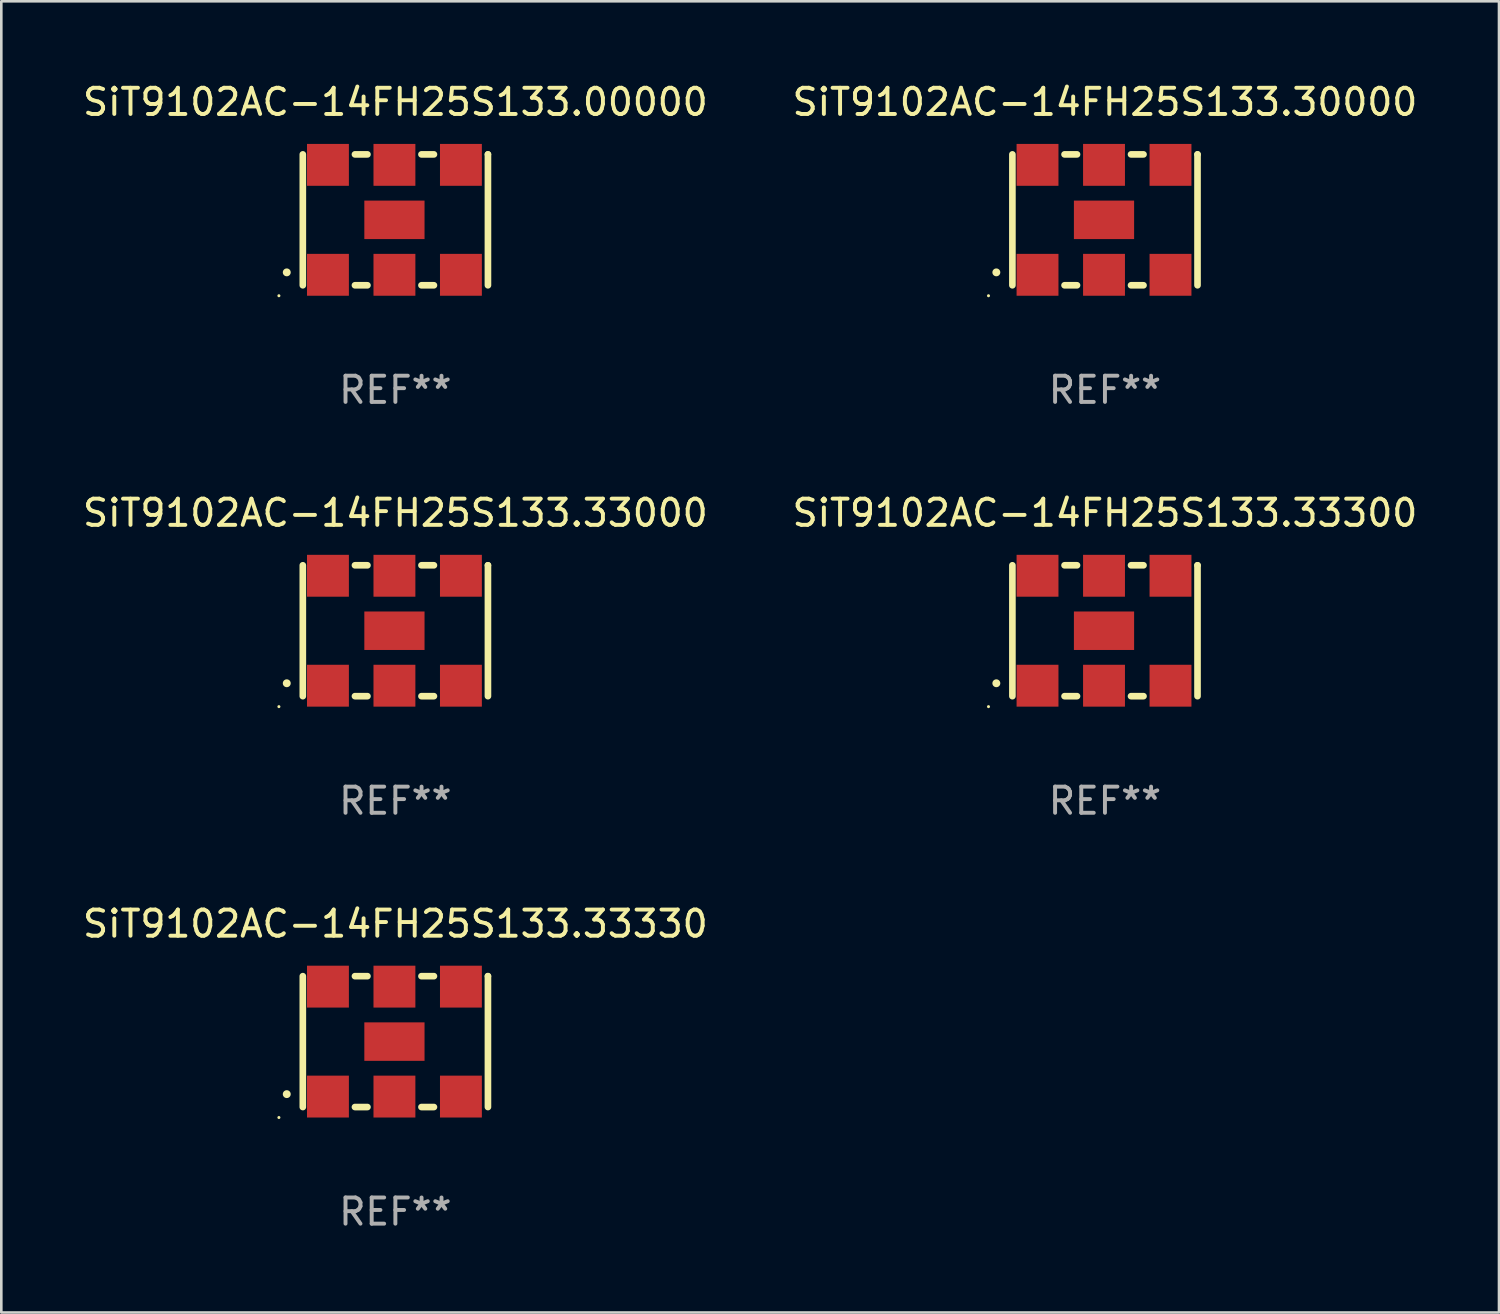
<source format=kicad_pcb>
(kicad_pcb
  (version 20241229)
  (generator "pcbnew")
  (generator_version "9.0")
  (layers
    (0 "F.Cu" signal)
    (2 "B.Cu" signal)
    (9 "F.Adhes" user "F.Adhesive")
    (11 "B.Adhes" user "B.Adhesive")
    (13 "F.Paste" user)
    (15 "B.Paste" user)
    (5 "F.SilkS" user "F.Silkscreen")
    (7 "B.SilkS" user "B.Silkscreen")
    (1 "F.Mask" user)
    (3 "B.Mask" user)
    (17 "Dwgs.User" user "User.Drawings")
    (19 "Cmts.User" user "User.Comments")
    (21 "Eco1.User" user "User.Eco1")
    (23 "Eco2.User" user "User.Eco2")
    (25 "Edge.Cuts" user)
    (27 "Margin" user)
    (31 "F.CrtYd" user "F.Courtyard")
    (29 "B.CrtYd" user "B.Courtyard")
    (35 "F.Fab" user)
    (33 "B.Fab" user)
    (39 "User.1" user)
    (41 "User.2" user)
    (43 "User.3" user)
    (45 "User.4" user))
  (footprint "SiT9102AC-14FH25S133.33330"
    (layer "F.Cu")
    (at 12.054 36.741)
    (property "Reference" "SiT9102AC-14FH25S133.33330" (at 0 -4.5 0) (layer "F.SilkS") (effects (font (size 1 1) (thickness 0.15))))
    (attr through_hole)
    (fp_line (start -3.536 -2.5) (end -3.536 2.5) (stroke (width 0.254) (type solid)) (layer "F.SilkS"))
    (fp_line (start -1.544 2.5) (end -1.067 2.5) (stroke (width 0.254) (type solid)) (layer "F.SilkS"))
    (fp_line (start -1.067 -2.5) (end -1.544 -2.5) (stroke (width 0.254) (type solid)) (layer "F.SilkS"))
    (fp_line (start 0.996 2.5) (end 1.473 2.5) (stroke (width 0.254) (type solid)) (layer "F.SilkS"))
    (fp_line (start 1.473 -2.5) (end 0.996 -2.5) (stroke (width 0.254) (type solid)) (layer "F.SilkS"))
    (fp_line (start 3.536 -2.5) (end 3.536 -2.5) (stroke (width 0.254) (type solid)) (layer "F.SilkS"))
    (fp_line (start 3.536 2.5) (end 3.536 -2.5) (stroke (width 0.254) (type solid)) (layer "F.SilkS"))
    (fp_arc (start -4.150432 2.006604) (mid -4.149162 2.006599) (end -4.147892 2.006604) (stroke (width 0.3) (type solid)) (layer "F.SilkS"))
    (fp_circle (center -4.449 2.9) (end -4.419 2.9) (stroke (width 0.06) (type solid)) (fill no) (layer "F.SilkS"))
    (fp_text user "REF**" (at 0 6.5 0) (layer "F.Fab") (effects (font (size 1 1) (thickness 0.15))))
    (pad "1" smd rect (at -2.576 2.1) (size 1.6 1.6) (layers "F.Cu" "F.Mask" "F.Paste"))
    (pad "2" smd rect (at -0.036 2.1) (size 1.6 1.6) (layers "F.Cu" "F.Mask" "F.Paste"))
    (pad "3" smd rect (at 2.504 2.1) (size 1.6 1.6) (layers "F.Cu" "F.Mask" "F.Paste"))
    (pad "4" smd rect (at 2.504 -2.1) (size 1.6 1.6) (layers "F.Cu" "F.Mask" "F.Paste"))
    (pad "5" smd rect (at -0.036 -2.1) (size 1.6 1.6) (layers "F.Cu" "F.Mask" "F.Paste"))
    (pad "6" smd rect (at -2.576 -2.1) (size 1.6 1.6) (layers "F.Cu" "F.Mask" "F.Paste"))
    (pad "7" smd rect (at -0.036 0) (size 2.3 1.47) (layers "F.Cu" "F.Mask" "F.Paste")))
  (footprint "SiT9102AC-14FH25S133.33000"
    (layer "F.Cu")
    (at 12.054 21.045)
    (property "Reference" "SiT9102AC-14FH25S133.33000" (at 0 -4.5 0) (layer "F.SilkS") (effects (font (size 1 1) (thickness 0.15))))
    (attr through_hole)
    (fp_line (start -3.536 -2.5) (end -3.536 2.5) (stroke (width 0.254) (type solid)) (layer "F.SilkS"))
    (fp_line (start -1.544 2.5) (end -1.067 2.5) (stroke (width 0.254) (type solid)) (layer "F.SilkS"))
    (fp_line (start -1.067 -2.5) (end -1.544 -2.5) (stroke (width 0.254) (type solid)) (layer "F.SilkS"))
    (fp_line (start 0.996 2.5) (end 1.473 2.5) (stroke (width 0.254) (type solid)) (layer "F.SilkS"))
    (fp_line (start 1.473 -2.5) (end 0.996 -2.5) (stroke (width 0.254) (type solid)) (layer "F.SilkS"))
    (fp_line (start 3.536 -2.5) (end 3.536 -2.5) (stroke (width 0.254) (type solid)) (layer "F.SilkS"))
    (fp_line (start 3.536 2.5) (end 3.536 -2.5) (stroke (width 0.254) (type solid)) (layer "F.SilkS"))
    (fp_arc (start -4.150432 2.006604) (mid -4.149162 2.006599) (end -4.147892 2.006604) (stroke (width 0.3) (type solid)) (layer "F.SilkS"))
    (fp_circle (center -4.449 2.9) (end -4.419 2.9) (stroke (width 0.06) (type solid)) (fill no) (layer "F.SilkS"))
    (fp_text user "REF**" (at 0 6.5 0) (layer "F.Fab") (effects (font (size 1 1) (thickness 0.15))))
    (pad "1" smd rect (at -2.576 2.1) (size 1.6 1.6) (layers "F.Cu" "F.Mask" "F.Paste"))
    (pad "2" smd rect (at -0.036 2.1) (size 1.6 1.6) (layers "F.Cu" "F.Mask" "F.Paste"))
    (pad "3" smd rect (at 2.504 2.1) (size 1.6 1.6) (layers "F.Cu" "F.Mask" "F.Paste"))
    (pad "4" smd rect (at 2.504 -2.1) (size 1.6 1.6) (layers "F.Cu" "F.Mask" "F.Paste"))
    (pad "5" smd rect (at -0.036 -2.1) (size 1.6 1.6) (layers "F.Cu" "F.Mask" "F.Paste"))
    (pad "6" smd rect (at -2.576 -2.1) (size 1.6 1.6) (layers "F.Cu" "F.Mask" "F.Paste"))
    (pad "7" smd rect (at -0.036 0) (size 2.3 1.47) (layers "F.Cu" "F.Mask" "F.Paste")))
  (footprint "SiT9102AC-14FH25S133.33300"
    (layer "F.Cu")
    (at 39.161 21.045)
    (property "Reference" "SiT9102AC-14FH25S133.33300" (at 0 -4.5 0) (layer "F.SilkS") (effects (font (size 1 1) (thickness 0.15))))
    (attr through_hole)
    (fp_line (start -3.536 -2.5) (end -3.536 2.5) (stroke (width 0.254) (type solid)) (layer "F.SilkS"))
    (fp_line (start -1.544 2.5) (end -1.067 2.5) (stroke (width 0.254) (type solid)) (layer "F.SilkS"))
    (fp_line (start -1.067 -2.5) (end -1.544 -2.5) (stroke (width 0.254) (type solid)) (layer "F.SilkS"))
    (fp_line (start 0.996 2.5) (end 1.473 2.5) (stroke (width 0.254) (type solid)) (layer "F.SilkS"))
    (fp_line (start 1.473 -2.5) (end 0.996 -2.5) (stroke (width 0.254) (type solid)) (layer "F.SilkS"))
    (fp_line (start 3.536 -2.5) (end 3.536 -2.5) (stroke (width 0.254) (type solid)) (layer "F.SilkS"))
    (fp_line (start 3.536 2.5) (end 3.536 -2.5) (stroke (width 0.254) (type solid)) (layer "F.SilkS"))
    (fp_arc (start -4.150432 2.006604) (mid -4.149162 2.006599) (end -4.147892 2.006604) (stroke (width 0.3) (type solid)) (layer "F.SilkS"))
    (fp_circle (center -4.449 2.9) (end -4.419 2.9) (stroke (width 0.06) (type solid)) (fill no) (layer "F.SilkS"))
    (fp_text user "REF**" (at 0 6.5 0) (layer "F.Fab") (effects (font (size 1 1) (thickness 0.15))))
    (pad "1" smd rect (at -2.576 2.1) (size 1.6 1.6) (layers "F.Cu" "F.Mask" "F.Paste"))
    (pad "2" smd rect (at -0.036 2.1) (size 1.6 1.6) (layers "F.Cu" "F.Mask" "F.Paste"))
    (pad "3" smd rect (at 2.504 2.1) (size 1.6 1.6) (layers "F.Cu" "F.Mask" "F.Paste"))
    (pad "4" smd rect (at 2.504 -2.1) (size 1.6 1.6) (layers "F.Cu" "F.Mask" "F.Paste"))
    (pad "5" smd rect (at -0.036 -2.1) (size 1.6 1.6) (layers "F.Cu" "F.Mask" "F.Paste"))
    (pad "6" smd rect (at -2.576 -2.1) (size 1.6 1.6) (layers "F.Cu" "F.Mask" "F.Paste"))
    (pad "7" smd rect (at -0.036 0) (size 2.3 1.47) (layers "F.Cu" "F.Mask" "F.Paste")))
  (footprint "SiT9102AC-14FH25S133.30000"
    (layer "F.Cu")
    (at 39.161 5.348)
    (property "Reference" "SiT9102AC-14FH25S133.30000" (at 0 -4.5 0) (layer "F.SilkS") (effects (font (size 1 1) (thickness 0.15))))
    (attr through_hole)
    (fp_line (start -3.536 -2.5) (end -3.536 2.5) (stroke (width 0.254) (type solid)) (layer "F.SilkS"))
    (fp_line (start -1.544 2.5) (end -1.067 2.5) (stroke (width 0.254) (type solid)) (layer "F.SilkS"))
    (fp_line (start -1.067 -2.5) (end -1.544 -2.5) (stroke (width 0.254) (type solid)) (layer "F.SilkS"))
    (fp_line (start 0.996 2.5) (end 1.473 2.5) (stroke (width 0.254) (type solid)) (layer "F.SilkS"))
    (fp_line (start 1.473 -2.5) (end 0.996 -2.5) (stroke (width 0.254) (type solid)) (layer "F.SilkS"))
    (fp_line (start 3.536 -2.5) (end 3.536 -2.5) (stroke (width 0.254) (type solid)) (layer "F.SilkS"))
    (fp_line (start 3.536 2.5) (end 3.536 -2.5) (stroke (width 0.254) (type solid)) (layer "F.SilkS"))
    (fp_arc (start -4.150432 2.006604) (mid -4.149162 2.006599) (end -4.147892 2.006604) (stroke (width 0.3) (type solid)) (layer "F.SilkS"))
    (fp_circle (center -4.449 2.9) (end -4.419 2.9) (stroke (width 0.06) (type solid)) (fill no) (layer "F.SilkS"))
    (fp_text user "REF**" (at 0 6.5 0) (layer "F.Fab") (effects (font (size 1 1) (thickness 0.15))))
    (pad "1" smd rect (at -2.576 2.1) (size 1.6 1.6) (layers "F.Cu" "F.Mask" "F.Paste"))
    (pad "2" smd rect (at -0.036 2.1) (size 1.6 1.6) (layers "F.Cu" "F.Mask" "F.Paste"))
    (pad "3" smd rect (at 2.504 2.1) (size 1.6 1.6) (layers "F.Cu" "F.Mask" "F.Paste"))
    (pad "4" smd rect (at 2.504 -2.1) (size 1.6 1.6) (layers "F.Cu" "F.Mask" "F.Paste"))
    (pad "5" smd rect (at -0.036 -2.1) (size 1.6 1.6) (layers "F.Cu" "F.Mask" "F.Paste"))
    (pad "6" smd rect (at -2.576 -2.1) (size 1.6 1.6) (layers "F.Cu" "F.Mask" "F.Paste"))
    (pad "7" smd rect (at -0.036 0) (size 2.3 1.47) (layers "F.Cu" "F.Mask" "F.Paste")))
  (footprint "SiT9102AC-14FH25S133.00000"
    (layer "F.Cu")
    (at 12.054 5.348)
    (property "Reference" "SiT9102AC-14FH25S133.00000" (at 0 -4.5 0) (layer "F.SilkS") (effects (font (size 1 1) (thickness 0.15))))
    (attr through_hole)
    (fp_line (start -3.536 -2.5) (end -3.536 2.5) (stroke (width 0.254) (type solid)) (layer "F.SilkS"))
    (fp_line (start -1.544 2.5) (end -1.067 2.5) (stroke (width 0.254) (type solid)) (layer "F.SilkS"))
    (fp_line (start -1.067 -2.5) (end -1.544 -2.5) (stroke (width 0.254) (type solid)) (layer "F.SilkS"))
    (fp_line (start 0.996 2.5) (end 1.473 2.5) (stroke (width 0.254) (type solid)) (layer "F.SilkS"))
    (fp_line (start 1.473 -2.5) (end 0.996 -2.5) (stroke (width 0.254) (type solid)) (layer "F.SilkS"))
    (fp_line (start 3.536 -2.5) (end 3.536 -2.5) (stroke (width 0.254) (type solid)) (layer "F.SilkS"))
    (fp_line (start 3.536 2.5) (end 3.536 -2.5) (stroke (width 0.254) (type solid)) (layer "F.SilkS"))
    (fp_arc (start -4.150432 2.006604) (mid -4.149162 2.006599) (end -4.147892 2.006604) (stroke (width 0.3) (type solid)) (layer "F.SilkS"))
    (fp_circle (center -4.449 2.9) (end -4.419 2.9) (stroke (width 0.06) (type solid)) (fill no) (layer "F.SilkS"))
    (fp_text user "REF**" (at 0 6.5 0) (layer "F.Fab") (effects (font (size 1 1) (thickness 0.15))))
    (pad "1" smd rect (at -2.576 2.1) (size 1.6 1.6) (layers "F.Cu" "F.Mask" "F.Paste"))
    (pad "2" smd rect (at -0.036 2.1) (size 1.6 1.6) (layers "F.Cu" "F.Mask" "F.Paste"))
    (pad "3" smd rect (at 2.504 2.1) (size 1.6 1.6) (layers "F.Cu" "F.Mask" "F.Paste"))
    (pad "4" smd rect (at 2.504 -2.1) (size 1.6 1.6) (layers "F.Cu" "F.Mask" "F.Paste"))
    (pad "5" smd rect (at -0.036 -2.1) (size 1.6 1.6) (layers "F.Cu" "F.Mask" "F.Paste"))
    (pad "6" smd rect (at -2.576 -2.1) (size 1.6 1.6) (layers "F.Cu" "F.Mask" "F.Paste"))
    (pad "7" smd rect (at -0.036 0) (size 2.3 1.47) (layers "F.Cu" "F.Mask" "F.Paste")))
  (gr_rect
    (start -3 -3)
    (end 54.214 47.09)
    (stroke (width 0.1) (type default))
    (fill no)
    (layer "Edge.Cuts")))
</source>
